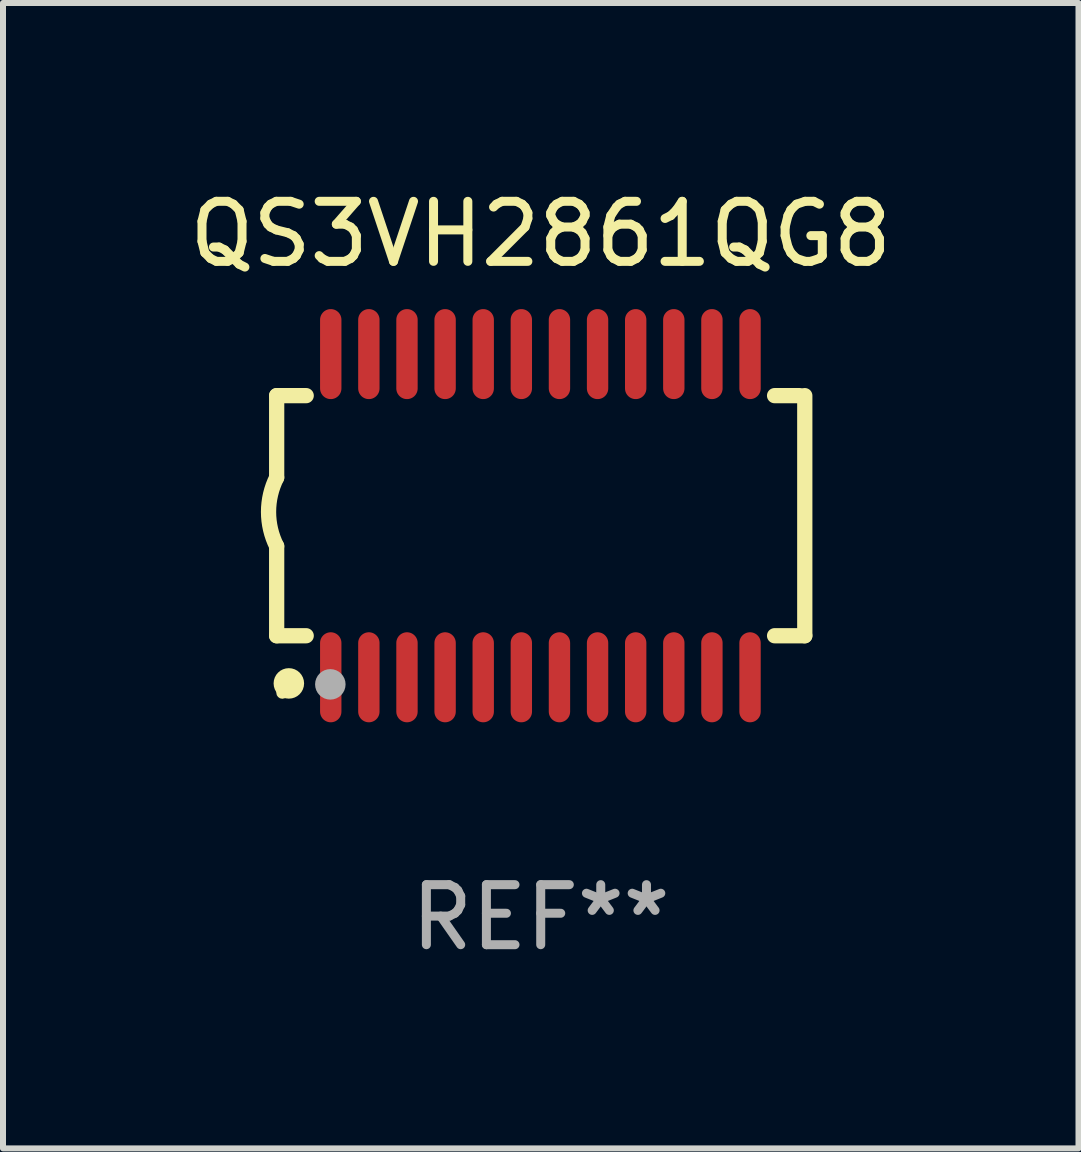
<source format=kicad_pcb>
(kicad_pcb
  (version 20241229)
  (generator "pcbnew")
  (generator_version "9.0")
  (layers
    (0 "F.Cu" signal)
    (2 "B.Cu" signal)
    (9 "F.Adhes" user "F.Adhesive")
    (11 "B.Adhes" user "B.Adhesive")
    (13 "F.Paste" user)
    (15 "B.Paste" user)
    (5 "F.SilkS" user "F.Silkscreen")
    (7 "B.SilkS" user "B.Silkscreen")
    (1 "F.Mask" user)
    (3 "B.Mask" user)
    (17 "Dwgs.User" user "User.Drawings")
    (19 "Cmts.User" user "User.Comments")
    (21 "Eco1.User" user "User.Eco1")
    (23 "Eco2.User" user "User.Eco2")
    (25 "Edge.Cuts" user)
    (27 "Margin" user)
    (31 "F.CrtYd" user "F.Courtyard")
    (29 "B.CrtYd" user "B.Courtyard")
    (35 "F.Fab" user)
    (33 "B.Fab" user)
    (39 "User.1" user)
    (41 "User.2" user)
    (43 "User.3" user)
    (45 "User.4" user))
  (footprint "QS3VH2861QG8"
    (layer "F.Cu")
    (at 5.958 5.541)
    (property "Reference" "QS3VH2861QG8" (at 0 -4.692 0) (layer "F.SilkS") (effects (font (size 1 1) (thickness 0.15))))
    (attr through_hole)
    (fp_line (start -4.399 -2) (end -4.399 -0.635) (stroke (width 0.254) (type solid)) (layer "F.SilkS"))
    (fp_line (start -4.399 -2) (end -3.907 -2) (stroke (width 0.254) (type solid)) (layer "F.SilkS"))
    (fp_line (start -4.399 2) (end -4.399 0.508) (stroke (width 0.254) (type solid)) (layer "F.SilkS"))
    (fp_line (start -4.399 2) (end -3.907 2) (stroke (width 0.254) (type solid)) (layer "F.SilkS"))
    (fp_line (start 3.896 -2) (end 4.313 -2) (stroke (width 0.254) (type solid)) (layer "F.SilkS"))
    (fp_line (start 3.896 2) (end 4.399 2) (stroke (width 0.254) (type solid)) (layer "F.SilkS"))
    (fp_line (start 4.399 2) (end 4.399 -2) (stroke (width 0.254) (type solid)) (layer "F.SilkS"))
    (fp_arc (start -4.399301 0.508001) (mid -4.534214 -0.0635) (end -4.399301 -0.635001) (stroke (width 0.254001) (type solid)) (layer "F.SilkS"))
    (fp_circle (center -4.305 2.95) (end -4.255 2.95) (stroke (width 0.1) (type solid)) (fill no) (layer "F.SilkS"))
    (fp_circle (center -4.196 2.794) (end -4.069 2.794) (stroke (width 0.254) (type solid)) (fill no) (layer "F.SilkS"))
    (fp_circle (center -3.505 2.81) (end -3.378 2.81) (stroke (width 0.254) (type solid)) (fill no) (layer "F.Fab"))
    (fp_text user "REF**" (at 0 6.692 0) (layer "F.Fab") (effects (font (size 1 1) (thickness 0.15))))
    (pad "1" smd oval (at -3.498 2.692 90) (size 1.5 0.356) (layers "F.Cu" "F.Mask" "F.Paste"))
    (pad "2" smd oval (at -2.863 2.692 90) (size 1.5 0.356) (layers "F.Cu" "F.Mask" "F.Paste"))
    (pad "3" smd oval (at -2.228 2.692 90) (size 1.5 0.356) (layers "F.Cu" "F.Mask" "F.Paste"))
    (pad "4" smd oval (at -1.593 2.692 90) (size 1.5 0.356) (layers "F.Cu" "F.Mask" "F.Paste"))
    (pad "5" smd oval (at -0.958 2.692 90) (size 1.5 0.356) (layers "F.Cu" "F.Mask" "F.Paste"))
    (pad "6" smd oval (at -0.323 2.692 90) (size 1.5 0.356) (layers "F.Cu" "F.Mask" "F.Paste"))
    (pad "7" smd oval (at 0.312 2.692 90) (size 1.5 0.356) (layers "F.Cu" "F.Mask" "F.Paste"))
    (pad "8" smd oval (at 0.947 2.692 90) (size 1.5 0.356) (layers "F.Cu" "F.Mask" "F.Paste"))
    (pad "9" smd oval (at 1.582 2.692 90) (size 1.5 0.356) (layers "F.Cu" "F.Mask" "F.Paste"))
    (pad "10" smd oval (at 2.217 2.692 90) (size 1.5 0.356) (layers "F.Cu" "F.Mask" "F.Paste"))
    (pad "11" smd oval (at 2.852 2.692 90) (size 1.5 0.356) (layers "F.Cu" "F.Mask" "F.Paste"))
    (pad "12" smd oval (at 3.487 2.692 90) (size 1.5 0.356) (layers "F.Cu" "F.Mask" "F.Paste"))
    (pad "13" smd oval (at 3.487 -2.692 90) (size 1.5 0.356) (layers "F.Cu" "F.Mask" "F.Paste"))
    (pad "14" smd oval (at 2.852 -2.692 90) (size 1.5 0.356) (layers "F.Cu" "F.Mask" "F.Paste"))
    (pad "15" smd oval (at 2.217 -2.692 90) (size 1.5 0.356) (layers "F.Cu" "F.Mask" "F.Paste"))
    (pad "16" smd oval (at 1.582 -2.692 90) (size 1.5 0.356) (layers "F.Cu" "F.Mask" "F.Paste"))
    (pad "17" smd oval (at 0.947 -2.692 90) (size 1.5 0.356) (layers "F.Cu" "F.Mask" "F.Paste"))
    (pad "18" smd oval (at 0.312 -2.692 90) (size 1.5 0.356) (layers "F.Cu" "F.Mask" "F.Paste"))
    (pad "19" smd oval (at -0.323 -2.692 90) (size 1.5 0.356) (layers "F.Cu" "F.Mask" "F.Paste"))
    (pad "20" smd oval (at -0.958 -2.692 90) (size 1.5 0.356) (layers "F.Cu" "F.Mask" "F.Paste"))
    (pad "21" smd oval (at -1.593 -2.692 90) (size 1.5 0.356) (layers "F.Cu" "F.Mask" "F.Paste"))
    (pad "22" smd oval (at -2.228 -2.692 90) (size 1.5 0.356) (layers "F.Cu" "F.Mask" "F.Paste"))
    (pad "23" smd oval (at -2.863 -2.692 90) (size 1.5 0.356) (layers "F.Cu" "F.Mask" "F.Paste"))
    (pad "24" smd oval (at -3.498 -2.692 90) (size 1.5 0.356) (layers "F.Cu" "F.Mask" "F.Paste")))
  (gr_rect
    (start -3 -3)
    (end 14.917 16.081)
    (stroke (width 0.1) (type default))
    (fill no)
    (layer "Edge.Cuts")))
</source>
